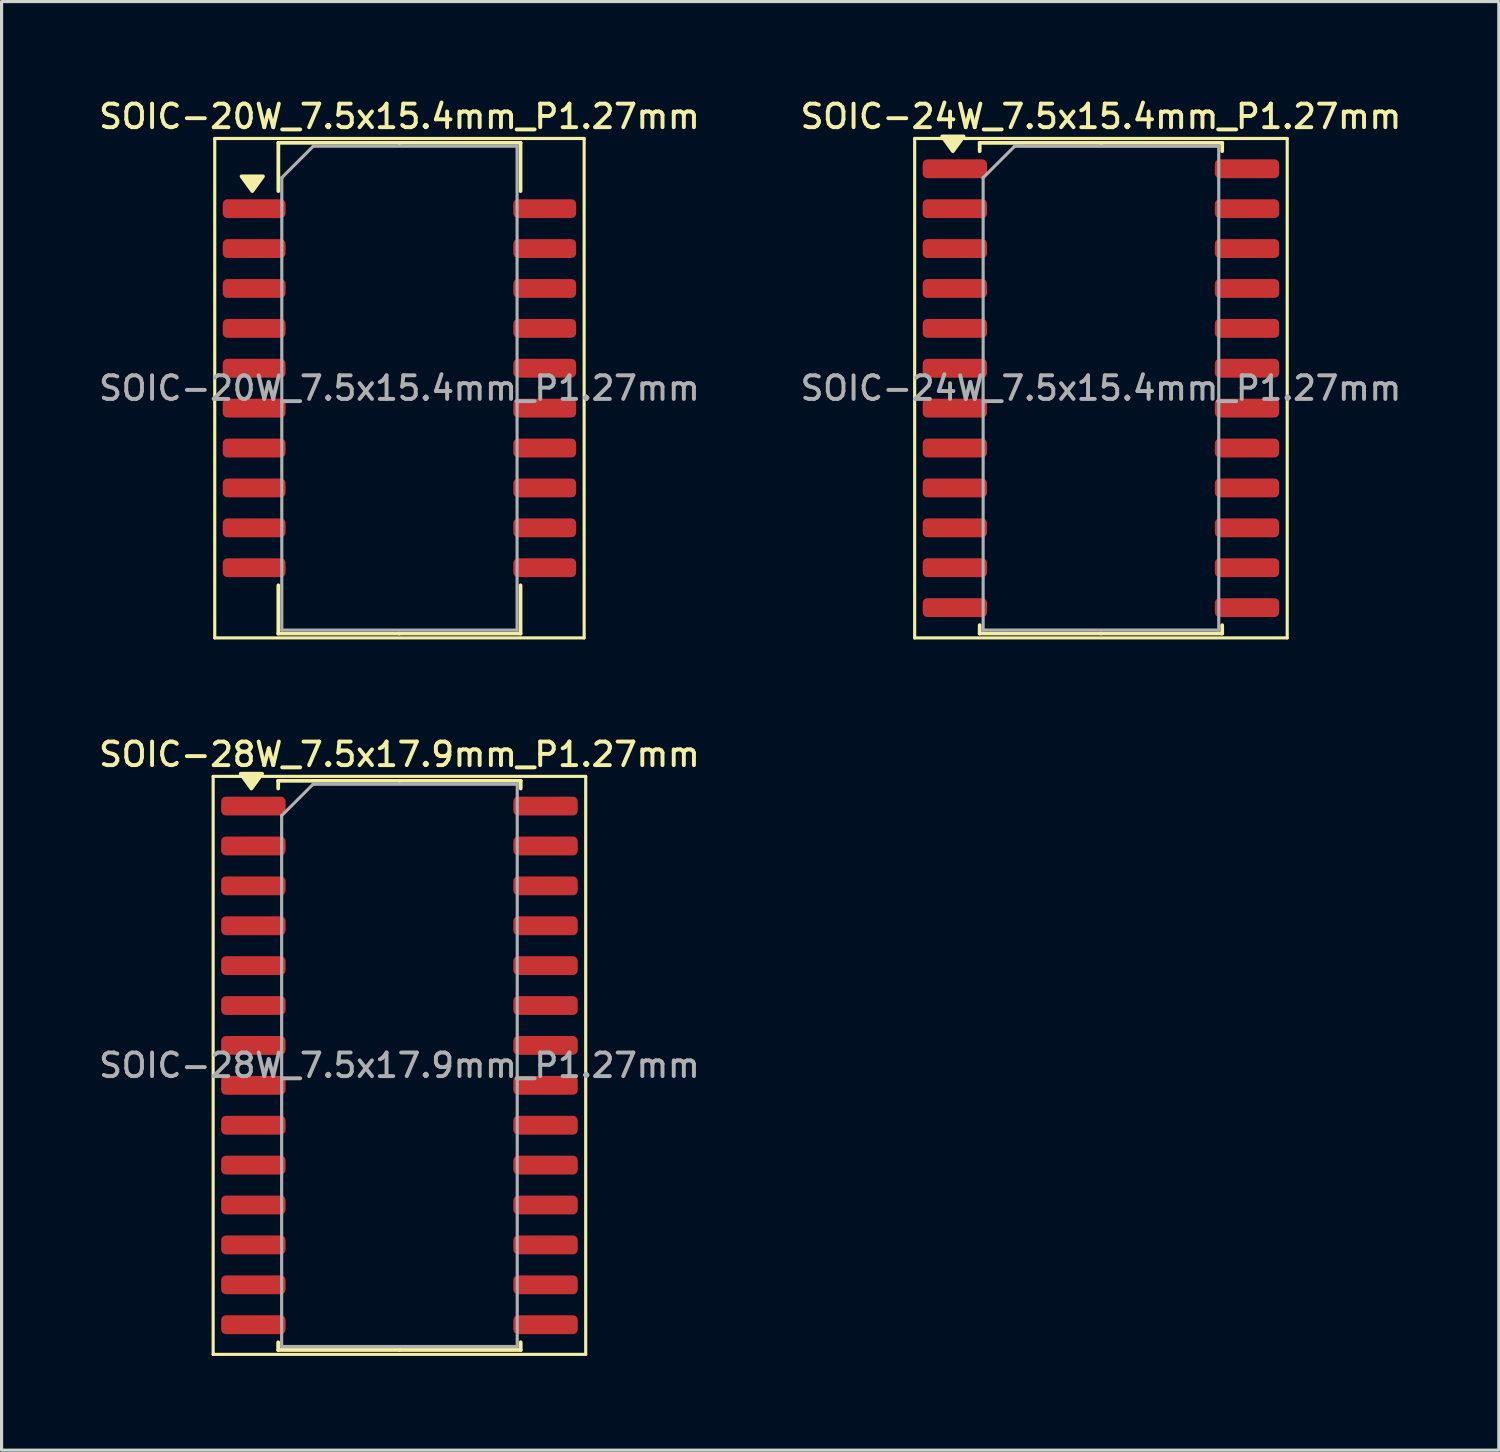
<source format=kicad_pcb>
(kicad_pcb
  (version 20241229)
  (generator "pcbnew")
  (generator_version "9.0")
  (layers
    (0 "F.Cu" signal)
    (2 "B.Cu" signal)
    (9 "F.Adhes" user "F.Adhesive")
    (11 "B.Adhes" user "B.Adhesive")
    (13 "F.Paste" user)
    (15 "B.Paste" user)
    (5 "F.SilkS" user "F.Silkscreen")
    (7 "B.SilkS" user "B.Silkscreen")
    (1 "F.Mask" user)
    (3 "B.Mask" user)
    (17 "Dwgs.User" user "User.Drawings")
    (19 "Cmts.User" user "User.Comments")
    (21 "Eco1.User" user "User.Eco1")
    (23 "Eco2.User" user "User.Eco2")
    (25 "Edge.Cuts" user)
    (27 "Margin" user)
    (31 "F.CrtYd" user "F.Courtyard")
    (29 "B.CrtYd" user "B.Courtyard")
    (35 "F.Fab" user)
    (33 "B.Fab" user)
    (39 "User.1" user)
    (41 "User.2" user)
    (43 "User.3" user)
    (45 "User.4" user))
  (footprint "SOIC-24W_7.5x15.4mm_P1.27mm"
    (layer "F.Cu")
    (at 31.998 9.308)
    (property "Reference" "SOIC-24W_7.5x15.4mm_P1.27mm" (at 0 -8.65 0) (layer "F.SilkS") (effects (font (size 0.75 0.75) (thickness 0.125))))
    (attr smd)
    (fp_line (start -5.93 -7.95) (end -5.93 7.95) (stroke (width 0.1) (type solid)) (layer "F.SilkS"))
    (fp_line (start -5.93 7.95) (end 5.93 7.95) (stroke (width 0.1) (type solid)) (layer "F.SilkS"))
    (fp_line (start -3.86 -7.81) (end -3.86 -7.545) (stroke (width 0.12) (type solid)) (layer "F.SilkS"))
    (fp_line (start -3.86 7.81) (end -3.86 7.545) (stroke (width 0.12) (type solid)) (layer "F.SilkS"))
    (fp_line (start 0 -7.81) (end -3.86 -7.81) (stroke (width 0.12) (type solid)) (layer "F.SilkS"))
    (fp_line (start 0 -7.81) (end 3.86 -7.81) (stroke (width 0.12) (type solid)) (layer "F.SilkS"))
    (fp_line (start 0 7.81) (end -3.86 7.81) (stroke (width 0.12) (type solid)) (layer "F.SilkS"))
    (fp_line (start 0 7.81) (end 3.86 7.81) (stroke (width 0.12) (type solid)) (layer "F.SilkS"))
    (fp_line (start 3.86 -7.81) (end 3.86 -7.545) (stroke (width 0.12) (type solid)) (layer "F.SilkS"))
    (fp_line (start 3.86 7.81) (end 3.86 7.545) (stroke (width 0.12) (type solid)) (layer "F.SilkS"))
    (fp_line (start 5.93 -7.95) (end -5.93 -7.95) (stroke (width 0.1) (type solid)) (layer "F.SilkS"))
    (fp_line (start 5.93 7.95) (end 5.93 -7.95) (stroke (width 0.1) (type solid)) (layer "F.SilkS"))
    (fp_poly (pts (xy -4.713 -7.545) (xy -5.053 -8.015) (xy -4.372 -8.015) (xy -4.713 -7.545)) (stroke (width 0.12) (type solid)) (fill yes) (layer "F.SilkS"))
    (fp_line (start -3.75 -6.7) (end -2.75 -7.7) (stroke (width 0.1) (type solid)) (layer "F.Fab"))
    (fp_line (start -3.75 7.7) (end -3.75 -6.7) (stroke (width 0.1) (type solid)) (layer "F.Fab"))
    (fp_line (start -2.75 -7.7) (end 3.75 -7.7) (stroke (width 0.1) (type solid)) (layer "F.Fab"))
    (fp_line (start 3.75 -7.7) (end 3.75 7.7) (stroke (width 0.1) (type solid)) (layer "F.Fab"))
    (fp_line (start 3.75 7.7) (end -3.75 7.7) (stroke (width 0.1) (type solid)) (layer "F.Fab"))
    (fp_text user "${REFERENCE}" (at 0 0 0) (layer "F.Fab") (effects (font (size 0.75 0.75) (thickness 0.125))))
    (pad "1" smd roundrect (at -4.65 -6.985) (size 2.05 0.6) (layers "F.Cu" "F.Mask" "F.Paste") (roundrect_rratio 0.25))
    (pad "2" smd roundrect (at -4.65 -5.715) (size 2.05 0.6) (layers "F.Cu" "F.Mask" "F.Paste") (roundrect_rratio 0.25))
    (pad "3" smd roundrect (at -4.65 -4.445) (size 2.05 0.6) (layers "F.Cu" "F.Mask" "F.Paste") (roundrect_rratio 0.25))
    (pad "4" smd roundrect (at -4.65 -3.175) (size 2.05 0.6) (layers "F.Cu" "F.Mask" "F.Paste") (roundrect_rratio 0.25))
    (pad "5" smd roundrect (at -4.65 -1.905) (size 2.05 0.6) (layers "F.Cu" "F.Mask" "F.Paste") (roundrect_rratio 0.25))
    (pad "6" smd roundrect (at -4.65 -0.635) (size 2.05 0.6) (layers "F.Cu" "F.Mask" "F.Paste") (roundrect_rratio 0.25))
    (pad "7" smd roundrect (at -4.65 0.635) (size 2.05 0.6) (layers "F.Cu" "F.Mask" "F.Paste") (roundrect_rratio 0.25))
    (pad "8" smd roundrect (at -4.65 1.905) (size 2.05 0.6) (layers "F.Cu" "F.Mask" "F.Paste") (roundrect_rratio 0.25))
    (pad "9" smd roundrect (at -4.65 3.175) (size 2.05 0.6) (layers "F.Cu" "F.Mask" "F.Paste") (roundrect_rratio 0.25))
    (pad "10" smd roundrect (at -4.65 4.445) (size 2.05 0.6) (layers "F.Cu" "F.Mask" "F.Paste") (roundrect_rratio 0.25))
    (pad "11" smd roundrect (at -4.65 5.715) (size 2.05 0.6) (layers "F.Cu" "F.Mask" "F.Paste") (roundrect_rratio 0.25))
    (pad "12" smd roundrect (at -4.65 6.985) (size 2.05 0.6) (layers "F.Cu" "F.Mask" "F.Paste") (roundrect_rratio 0.25))
    (pad "13" smd roundrect (at 4.65 6.985) (size 2.05 0.6) (layers "F.Cu" "F.Mask" "F.Paste") (roundrect_rratio 0.25))
    (pad "14" smd roundrect (at 4.65 5.715) (size 2.05 0.6) (layers "F.Cu" "F.Mask" "F.Paste") (roundrect_rratio 0.25))
    (pad "15" smd roundrect (at 4.65 4.445) (size 2.05 0.6) (layers "F.Cu" "F.Mask" "F.Paste") (roundrect_rratio 0.25))
    (pad "16" smd roundrect (at 4.65 3.175) (size 2.05 0.6) (layers "F.Cu" "F.Mask" "F.Paste") (roundrect_rratio 0.25))
    (pad "17" smd roundrect (at 4.65 1.905) (size 2.05 0.6) (layers "F.Cu" "F.Mask" "F.Paste") (roundrect_rratio 0.25))
    (pad "18" smd roundrect (at 4.65 0.635) (size 2.05 0.6) (layers "F.Cu" "F.Mask" "F.Paste") (roundrect_rratio 0.25))
    (pad "19" smd roundrect (at 4.65 -0.635) (size 2.05 0.6) (layers "F.Cu" "F.Mask" "F.Paste") (roundrect_rratio 0.25))
    (pad "20" smd roundrect (at 4.65 -1.905) (size 2.05 0.6) (layers "F.Cu" "F.Mask" "F.Paste") (roundrect_rratio 0.25))
    (pad "21" smd roundrect (at 4.65 -3.175) (size 2.05 0.6) (layers "F.Cu" "F.Mask" "F.Paste") (roundrect_rratio 0.25))
    (pad "22" smd roundrect (at 4.65 -4.445) (size 2.05 0.6) (layers "F.Cu" "F.Mask" "F.Paste") (roundrect_rratio 0.25))
    (pad "23" smd roundrect (at 4.65 -5.715) (size 2.05 0.6) (layers "F.Cu" "F.Mask" "F.Paste") (roundrect_rratio 0.25))
    (pad "24" smd roundrect (at 4.65 -6.985) (size 2.05 0.6) (layers "F.Cu" "F.Mask" "F.Paste") (roundrect_rratio 0.25)))
  (footprint "SOIC-20W_7.5x15.4mm_P1.27mm"
    (layer "F.Cu")
    (at 9.666 9.308)
    (property "Reference" "SOIC-20W_7.5x15.4mm_P1.27mm" (at 0 -8.65 0) (layer "F.SilkS") (effects (font (size 0.75 0.75) (thickness 0.125))))
    (attr smd)
    (fp_line (start -5.88 -7.95) (end -5.88 7.95) (stroke (width 0.1) (type solid)) (layer "F.SilkS"))
    (fp_line (start -5.88 7.95) (end 5.88 7.95) (stroke (width 0.1) (type solid)) (layer "F.SilkS"))
    (fp_line (start -3.855 -7.812) (end -3.855 -6.275) (stroke (width 0.12) (type solid)) (layer "F.SilkS"))
    (fp_line (start -3.855 7.812) (end -3.855 6.275) (stroke (width 0.12) (type solid)) (layer "F.SilkS"))
    (fp_line (start 0 -7.812) (end -3.855 -7.812) (stroke (width 0.12) (type solid)) (layer "F.SilkS"))
    (fp_line (start 0 -7.812) (end 3.855 -7.812) (stroke (width 0.12) (type solid)) (layer "F.SilkS"))
    (fp_line (start 0 7.812) (end -3.855 7.812) (stroke (width 0.12) (type solid)) (layer "F.SilkS"))
    (fp_line (start 0 7.812) (end 3.855 7.812) (stroke (width 0.12) (type solid)) (layer "F.SilkS"))
    (fp_line (start 3.855 -7.812) (end 3.855 -6.275) (stroke (width 0.12) (type solid)) (layer "F.SilkS"))
    (fp_line (start 3.855 7.812) (end 3.855 6.275) (stroke (width 0.12) (type solid)) (layer "F.SilkS"))
    (fp_line (start 5.88 -7.95) (end -5.88 -7.95) (stroke (width 0.1) (type solid)) (layer "F.SilkS"))
    (fp_line (start 5.88 7.95) (end 5.88 -7.95) (stroke (width 0.1) (type solid)) (layer "F.SilkS"))
    (fp_poly (pts (xy -4.685 -6.275) (xy -5.025 -6.745) (xy -4.345 -6.745) (xy -4.685 -6.275)) (stroke (width 0.12) (type solid)) (fill yes) (layer "F.SilkS"))
    (fp_line (start -3.745 -6.702) (end -2.745 -7.702) (stroke (width 0.1) (type solid)) (layer "F.Fab"))
    (fp_line (start -3.745 7.702) (end -3.745 -6.702) (stroke (width 0.1) (type solid)) (layer "F.Fab"))
    (fp_line (start -2.745 -7.702) (end 3.745 -7.702) (stroke (width 0.1) (type solid)) (layer "F.Fab"))
    (fp_line (start 3.745 -7.702) (end 3.745 7.702) (stroke (width 0.1) (type solid)) (layer "F.Fab"))
    (fp_line (start 3.745 7.702) (end -3.745 7.702) (stroke (width 0.1) (type solid)) (layer "F.Fab"))
    (fp_text user "${REFERENCE}" (at 0 0 0) (layer "F.Fab") (effects (font (size 0.75 0.75) (thickness 0.125))))
    (pad "1" smd roundrect (at -4.625 -5.715) (size 2 0.6) (layers "F.Cu" "F.Mask" "F.Paste") (roundrect_rratio 0.25))
    (pad "2" smd roundrect (at -4.625 -4.445) (size 2 0.6) (layers "F.Cu" "F.Mask" "F.Paste") (roundrect_rratio 0.25))
    (pad "3" smd roundrect (at -4.625 -3.175) (size 2 0.6) (layers "F.Cu" "F.Mask" "F.Paste") (roundrect_rratio 0.25))
    (pad "4" smd roundrect (at -4.625 -1.905) (size 2 0.6) (layers "F.Cu" "F.Mask" "F.Paste") (roundrect_rratio 0.25))
    (pad "5" smd roundrect (at -4.625 -0.635) (size 2 0.6) (layers "F.Cu" "F.Mask" "F.Paste") (roundrect_rratio 0.25))
    (pad "6" smd roundrect (at -4.625 0.635) (size 2 0.6) (layers "F.Cu" "F.Mask" "F.Paste") (roundrect_rratio 0.25))
    (pad "7" smd roundrect (at -4.625 1.905) (size 2 0.6) (layers "F.Cu" "F.Mask" "F.Paste") (roundrect_rratio 0.25))
    (pad "8" smd roundrect (at -4.625 3.175) (size 2 0.6) (layers "F.Cu" "F.Mask" "F.Paste") (roundrect_rratio 0.25))
    (pad "9" smd roundrect (at -4.625 4.445) (size 2 0.6) (layers "F.Cu" "F.Mask" "F.Paste") (roundrect_rratio 0.25))
    (pad "10" smd roundrect (at -4.625 5.715) (size 2 0.6) (layers "F.Cu" "F.Mask" "F.Paste") (roundrect_rratio 0.25))
    (pad "11" smd roundrect (at 4.625 5.715) (size 2 0.6) (layers "F.Cu" "F.Mask" "F.Paste") (roundrect_rratio 0.25))
    (pad "12" smd roundrect (at 4.625 4.445) (size 2 0.6) (layers "F.Cu" "F.Mask" "F.Paste") (roundrect_rratio 0.25))
    (pad "13" smd roundrect (at 4.625 3.175) (size 2 0.6) (layers "F.Cu" "F.Mask" "F.Paste") (roundrect_rratio 0.25))
    (pad "14" smd roundrect (at 4.625 1.905) (size 2 0.6) (layers "F.Cu" "F.Mask" "F.Paste") (roundrect_rratio 0.25))
    (pad "15" smd roundrect (at 4.625 0.635) (size 2 0.6) (layers "F.Cu" "F.Mask" "F.Paste") (roundrect_rratio 0.25))
    (pad "16" smd roundrect (at 4.625 -0.635) (size 2 0.6) (layers "F.Cu" "F.Mask" "F.Paste") (roundrect_rratio 0.25))
    (pad "17" smd roundrect (at 4.625 -1.905) (size 2 0.6) (layers "F.Cu" "F.Mask" "F.Paste") (roundrect_rratio 0.25))
    (pad "18" smd roundrect (at 4.625 -3.175) (size 2 0.6) (layers "F.Cu" "F.Mask" "F.Paste") (roundrect_rratio 0.25))
    (pad "19" smd roundrect (at 4.625 -4.445) (size 2 0.6) (layers "F.Cu" "F.Mask" "F.Paste") (roundrect_rratio 0.25))
    (pad "20" smd roundrect (at 4.625 -5.715) (size 2 0.6) (layers "F.Cu" "F.Mask" "F.Paste") (roundrect_rratio 0.25)))
  (footprint "SOIC-28W_7.5x17.9mm_P1.27mm"
    (layer "F.Cu")
    (at 9.666 30.866)
    (property "Reference" "SOIC-28W_7.5x17.9mm_P1.27mm" (at 0 -9.9 0) (layer "F.SilkS") (effects (font (size 0.75 0.75) (thickness 0.125))))
    (attr smd)
    (fp_line (start -5.93 -9.2) (end -5.93 9.2) (stroke (width 0.1) (type solid)) (layer "F.SilkS"))
    (fp_line (start -5.93 9.2) (end 5.93 9.2) (stroke (width 0.1) (type solid)) (layer "F.SilkS"))
    (fp_line (start -3.86 -9.06) (end -3.86 -8.815) (stroke (width 0.12) (type solid)) (layer "F.SilkS"))
    (fp_line (start -3.86 9.06) (end -3.86 8.815) (stroke (width 0.12) (type solid)) (layer "F.SilkS"))
    (fp_line (start 0 -9.06) (end -3.86 -9.06) (stroke (width 0.12) (type solid)) (layer "F.SilkS"))
    (fp_line (start 0 -9.06) (end 3.86 -9.06) (stroke (width 0.12) (type solid)) (layer "F.SilkS"))
    (fp_line (start 0 9.06) (end -3.86 9.06) (stroke (width 0.12) (type solid)) (layer "F.SilkS"))
    (fp_line (start 0 9.06) (end 3.86 9.06) (stroke (width 0.12) (type solid)) (layer "F.SilkS"))
    (fp_line (start 3.86 -9.06) (end 3.86 -8.815) (stroke (width 0.12) (type solid)) (layer "F.SilkS"))
    (fp_line (start 3.86 9.06) (end 3.86 8.815) (stroke (width 0.12) (type solid)) (layer "F.SilkS"))
    (fp_line (start 5.93 -9.2) (end -5.93 -9.2) (stroke (width 0.1) (type solid)) (layer "F.SilkS"))
    (fp_line (start 5.93 9.2) (end 5.93 -9.2) (stroke (width 0.1) (type solid)) (layer "F.SilkS"))
    (fp_poly (pts (xy -4.713 -8.815) (xy -5.053 -9.285) (xy -4.372 -9.285) (xy -4.713 -8.815)) (stroke (width 0.12) (type solid)) (fill yes) (layer "F.SilkS"))
    (fp_line (start -3.75 -7.95) (end -2.75 -8.95) (stroke (width 0.1) (type solid)) (layer "F.Fab"))
    (fp_line (start -3.75 8.95) (end -3.75 -7.95) (stroke (width 0.1) (type solid)) (layer "F.Fab"))
    (fp_line (start -2.75 -8.95) (end 3.75 -8.95) (stroke (width 0.1) (type solid)) (layer "F.Fab"))
    (fp_line (start 3.75 -8.95) (end 3.75 8.95) (stroke (width 0.1) (type solid)) (layer "F.Fab"))
    (fp_line (start 3.75 8.95) (end -3.75 8.95) (stroke (width 0.1) (type solid)) (layer "F.Fab"))
    (fp_text user "${REFERENCE}" (at 0 0 0) (layer "F.Fab") (effects (font (size 0.75 0.75) (thickness 0.125))))
    (pad "1" smd roundrect (at -4.65 -8.255) (size 2.05 0.6) (layers "F.Cu" "F.Mask" "F.Paste") (roundrect_rratio 0.25))
    (pad "2" smd roundrect (at -4.65 -6.985) (size 2.05 0.6) (layers "F.Cu" "F.Mask" "F.Paste") (roundrect_rratio 0.25))
    (pad "3" smd roundrect (at -4.65 -5.715) (size 2.05 0.6) (layers "F.Cu" "F.Mask" "F.Paste") (roundrect_rratio 0.25))
    (pad "4" smd roundrect (at -4.65 -4.445) (size 2.05 0.6) (layers "F.Cu" "F.Mask" "F.Paste") (roundrect_rratio 0.25))
    (pad "5" smd roundrect (at -4.65 -3.175) (size 2.05 0.6) (layers "F.Cu" "F.Mask" "F.Paste") (roundrect_rratio 0.25))
    (pad "6" smd roundrect (at -4.65 -1.905) (size 2.05 0.6) (layers "F.Cu" "F.Mask" "F.Paste") (roundrect_rratio 0.25))
    (pad "7" smd roundrect (at -4.65 -0.635) (size 2.05 0.6) (layers "F.Cu" "F.Mask" "F.Paste") (roundrect_rratio 0.25))
    (pad "8" smd roundrect (at -4.65 0.635) (size 2.05 0.6) (layers "F.Cu" "F.Mask" "F.Paste") (roundrect_rratio 0.25))
    (pad "9" smd roundrect (at -4.65 1.905) (size 2.05 0.6) (layers "F.Cu" "F.Mask" "F.Paste") (roundrect_rratio 0.25))
    (pad "10" smd roundrect (at -4.65 3.175) (size 2.05 0.6) (layers "F.Cu" "F.Mask" "F.Paste") (roundrect_rratio 0.25))
    (pad "11" smd roundrect (at -4.65 4.445) (size 2.05 0.6) (layers "F.Cu" "F.Mask" "F.Paste") (roundrect_rratio 0.25))
    (pad "12" smd roundrect (at -4.65 5.715) (size 2.05 0.6) (layers "F.Cu" "F.Mask" "F.Paste") (roundrect_rratio 0.25))
    (pad "13" smd roundrect (at -4.65 6.985) (size 2.05 0.6) (layers "F.Cu" "F.Mask" "F.Paste") (roundrect_rratio 0.25))
    (pad "14" smd roundrect (at -4.65 8.255) (size 2.05 0.6) (layers "F.Cu" "F.Mask" "F.Paste") (roundrect_rratio 0.25))
    (pad "15" smd roundrect (at 4.65 8.255) (size 2.05 0.6) (layers "F.Cu" "F.Mask" "F.Paste") (roundrect_rratio 0.25))
    (pad "16" smd roundrect (at 4.65 6.985) (size 2.05 0.6) (layers "F.Cu" "F.Mask" "F.Paste") (roundrect_rratio 0.25))
    (pad "17" smd roundrect (at 4.65 5.715) (size 2.05 0.6) (layers "F.Cu" "F.Mask" "F.Paste") (roundrect_rratio 0.25))
    (pad "18" smd roundrect (at 4.65 4.445) (size 2.05 0.6) (layers "F.Cu" "F.Mask" "F.Paste") (roundrect_rratio 0.25))
    (pad "19" smd roundrect (at 4.65 3.175) (size 2.05 0.6) (layers "F.Cu" "F.Mask" "F.Paste") (roundrect_rratio 0.25))
    (pad "20" smd roundrect (at 4.65 1.905) (size 2.05 0.6) (layers "F.Cu" "F.Mask" "F.Paste") (roundrect_rratio 0.25))
    (pad "21" smd roundrect (at 4.65 0.635) (size 2.05 0.6) (layers "F.Cu" "F.Mask" "F.Paste") (roundrect_rratio 0.25))
    (pad "22" smd roundrect (at 4.65 -0.635) (size 2.05 0.6) (layers "F.Cu" "F.Mask" "F.Paste") (roundrect_rratio 0.25))
    (pad "23" smd roundrect (at 4.65 -1.905) (size 2.05 0.6) (layers "F.Cu" "F.Mask" "F.Paste") (roundrect_rratio 0.25))
    (pad "24" smd roundrect (at 4.65 -3.175) (size 2.05 0.6) (layers "F.Cu" "F.Mask" "F.Paste") (roundrect_rratio 0.25))
    (pad "25" smd roundrect (at 4.65 -4.445) (size 2.05 0.6) (layers "F.Cu" "F.Mask" "F.Paste") (roundrect_rratio 0.25))
    (pad "26" smd roundrect (at 4.65 -5.715) (size 2.05 0.6) (layers "F.Cu" "F.Mask" "F.Paste") (roundrect_rratio 0.25))
    (pad "27" smd roundrect (at 4.65 -6.985) (size 2.05 0.6) (layers "F.Cu" "F.Mask" "F.Paste") (roundrect_rratio 0.25))
    (pad "28" smd roundrect (at 4.65 -8.255) (size 2.05 0.6) (layers "F.Cu" "F.Mask" "F.Paste") (roundrect_rratio 0.25)))
  (gr_rect
    (start -3 -3)
    (end 44.664 43.116)
    (stroke (width 0.1) (type default))
    (fill no)
    (layer "Edge.Cuts")))
</source>
